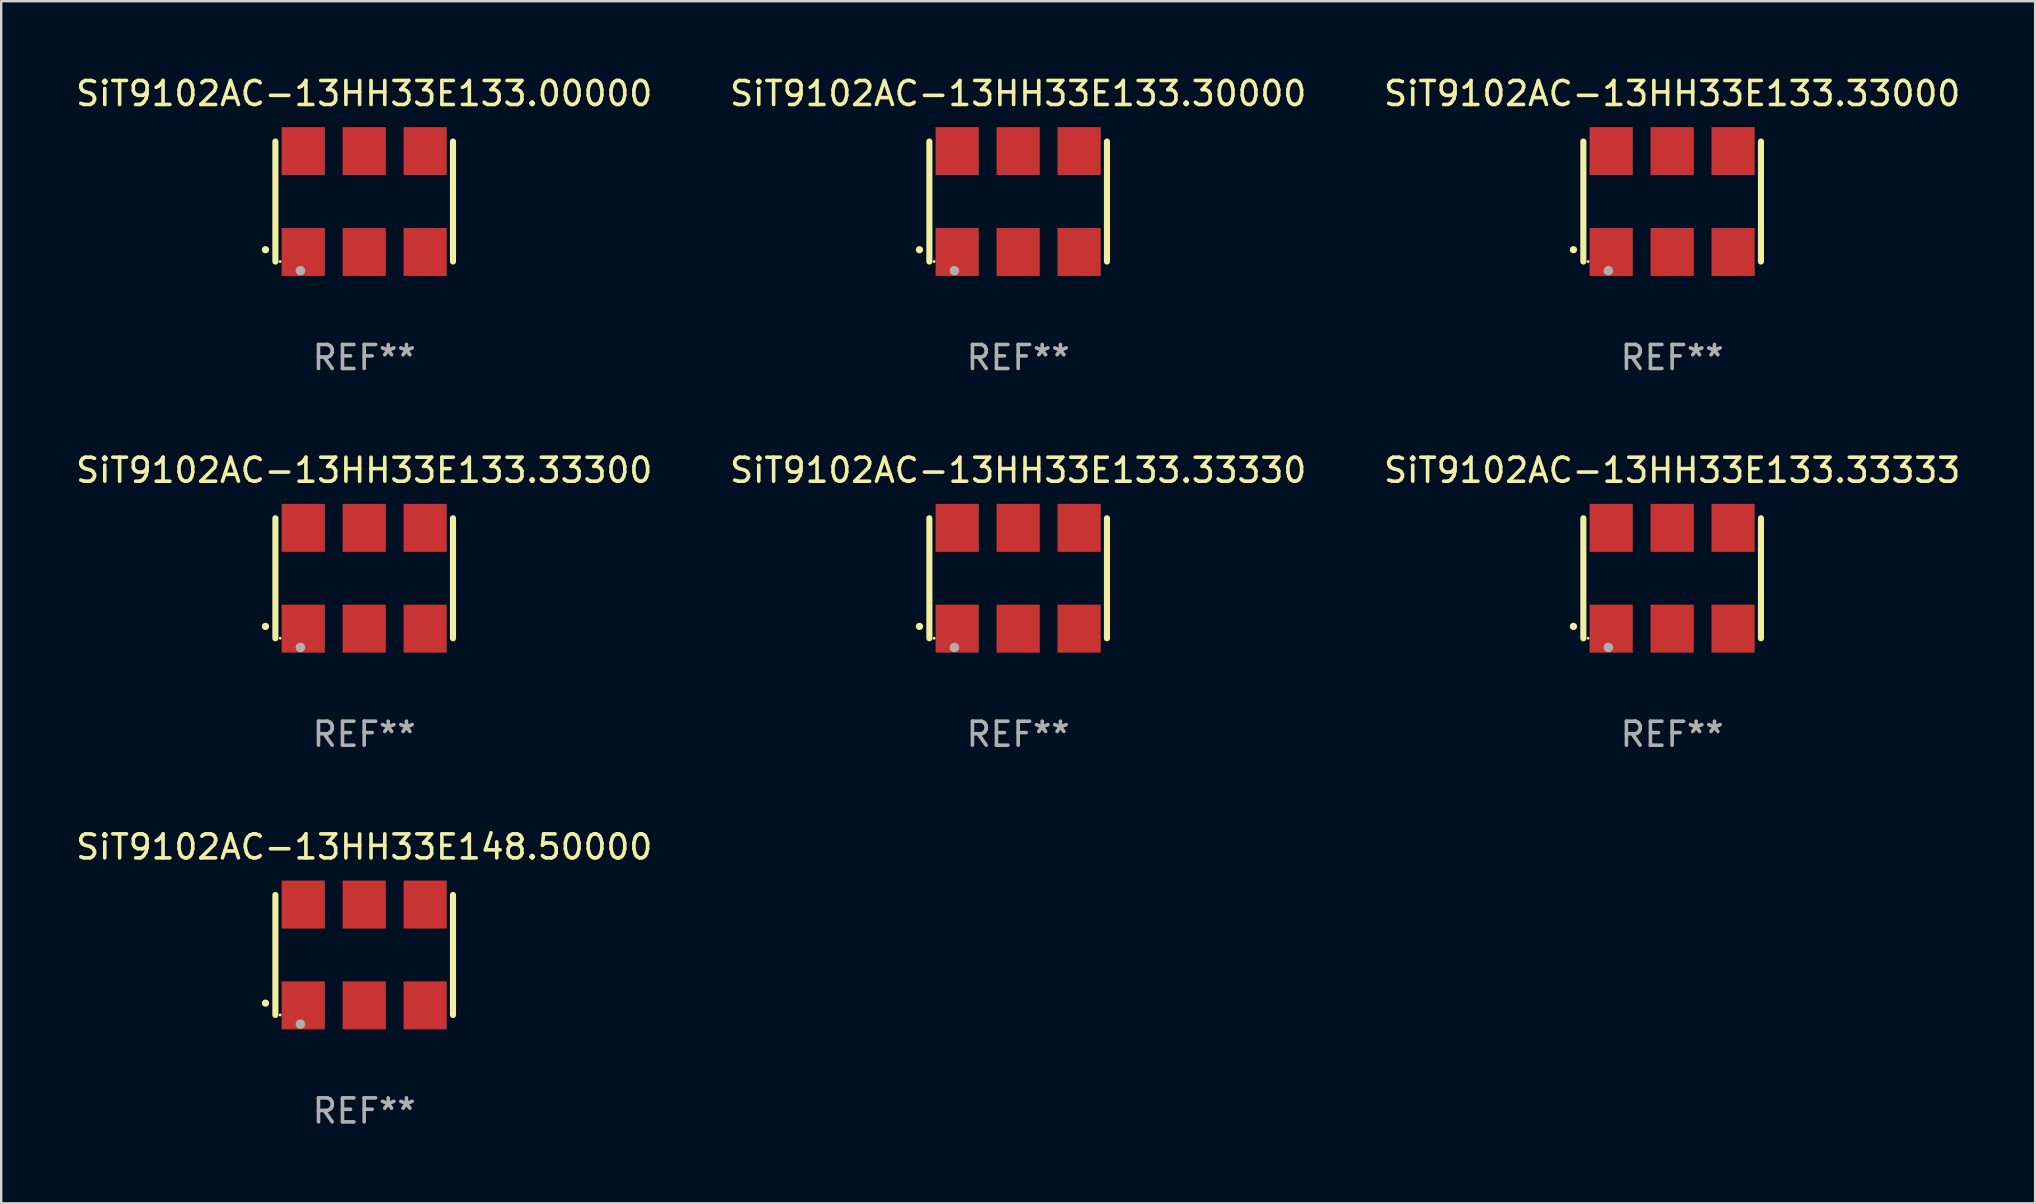
<source format=kicad_pcb>
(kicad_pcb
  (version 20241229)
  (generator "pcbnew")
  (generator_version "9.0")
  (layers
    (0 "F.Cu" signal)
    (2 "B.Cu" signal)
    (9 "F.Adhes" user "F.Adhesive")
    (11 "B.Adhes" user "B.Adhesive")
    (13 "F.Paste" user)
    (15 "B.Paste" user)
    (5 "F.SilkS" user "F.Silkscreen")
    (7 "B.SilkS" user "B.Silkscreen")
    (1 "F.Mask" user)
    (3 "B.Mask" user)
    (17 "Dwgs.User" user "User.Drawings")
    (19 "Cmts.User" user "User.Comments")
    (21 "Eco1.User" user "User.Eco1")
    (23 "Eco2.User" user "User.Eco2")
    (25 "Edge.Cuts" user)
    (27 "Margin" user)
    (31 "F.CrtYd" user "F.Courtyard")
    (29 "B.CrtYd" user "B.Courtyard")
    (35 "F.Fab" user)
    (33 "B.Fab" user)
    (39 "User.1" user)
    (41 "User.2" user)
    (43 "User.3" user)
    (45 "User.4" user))
  (footprint "SiT9102AC-13HH33E148.50000"
    (layer "F.Cu")
    (at 12.125 36.741)
    (property "Reference" "SiT9102AC-13HH33E148.50000" (at 0 -4.5 0) (layer "F.SilkS") (effects (font (size 1 1) (thickness 0.15))))
    (attr through_hole)
    (fp_line (start -3.7 -2.5) (end -3.7 2.5) (stroke (width 0.254) (type solid)) (layer "F.SilkS"))
    (fp_line (start 3.7 -2.5) (end 3.7 2.5) (stroke (width 0.254) (type solid)) (layer "F.SilkS"))
    (fp_arc (start -4.114415 2.006604) (mid -4.113145 2.006599) (end -4.111875 2.006604) (stroke (width 0.3) (type solid)) (layer "F.SilkS"))
    (fp_circle (center -3.502 2.5) (end -3.472 2.5) (stroke (width 0.06) (type solid)) (fill no) (layer "F.SilkS"))
    (fp_circle (center -2.657 2.882) (end -2.557 2.882) (stroke (width 0.2) (type solid)) (fill no) (layer "F.Fab"))
    (fp_text user "REF**" (at 0 6.5 0) (layer "F.Fab") (effects (font (size 1 1) (thickness 0.15))))
    (pad "1" smd rect (at -2.54 2.1) (size 1.8 2) (layers "F.Cu" "F.Mask" "F.Paste"))
    (pad "2" smd rect (at 0.000394 2.1) (size 1.8 2) (layers "F.Cu" "F.Mask" "F.Paste"))
    (pad "3" smd rect (at 2.54 2.1) (size 1.8 2) (layers "F.Cu" "F.Mask" "F.Paste"))
    (pad "4" smd rect (at 2.54 -2.1) (size 1.8 2) (layers "F.Cu" "F.Mask" "F.Paste"))
    (pad "5" smd rect (at 0.000394 -2.1) (size 1.8 2) (layers "F.Cu" "F.Mask" "F.Paste"))
    (pad "6" smd rect (at -2.54 -2.1) (size 1.8 2) (layers "F.Cu" "F.Mask" "F.Paste")))
  (footprint "SiT9102AC-13HH33E133.33330"
    (layer "F.Cu")
    (at 39.375 21.045)
    (property "Reference" "SiT9102AC-13HH33E133.33330" (at 0 -4.5 0) (layer "F.SilkS") (effects (font (size 1 1) (thickness 0.15))))
    (attr through_hole)
    (fp_line (start -3.7 -2.5) (end -3.7 2.5) (stroke (width 0.254) (type solid)) (layer "F.SilkS"))
    (fp_line (start 3.7 -2.5) (end 3.7 2.5) (stroke (width 0.254) (type solid)) (layer "F.SilkS"))
    (fp_arc (start -4.114415 2.006604) (mid -4.113145 2.006599) (end -4.111875 2.006604) (stroke (width 0.3) (type solid)) (layer "F.SilkS"))
    (fp_circle (center -3.502 2.5) (end -3.472 2.5) (stroke (width 0.06) (type solid)) (fill no) (layer "F.SilkS"))
    (fp_circle (center -2.657 2.882) (end -2.557 2.882) (stroke (width 0.2) (type solid)) (fill no) (layer "F.Fab"))
    (fp_text user "REF**" (at 0 6.5 0) (layer "F.Fab") (effects (font (size 1 1) (thickness 0.15))))
    (pad "1" smd rect (at -2.54 2.1) (size 1.8 2) (layers "F.Cu" "F.Mask" "F.Paste"))
    (pad "2" smd rect (at 0.000394 2.1) (size 1.8 2) (layers "F.Cu" "F.Mask" "F.Paste"))
    (pad "3" smd rect (at 2.54 2.1) (size 1.8 2) (layers "F.Cu" "F.Mask" "F.Paste"))
    (pad "4" smd rect (at 2.54 -2.1) (size 1.8 2) (layers "F.Cu" "F.Mask" "F.Paste"))
    (pad "5" smd rect (at 0.000394 -2.1) (size 1.8 2) (layers "F.Cu" "F.Mask" "F.Paste"))
    (pad "6" smd rect (at -2.54 -2.1) (size 1.8 2) (layers "F.Cu" "F.Mask" "F.Paste")))
  (footprint "SiT9102AC-13HH33E133.33000"
    (layer "F.Cu")
    (at 66.625 5.348)
    (property "Reference" "SiT9102AC-13HH33E133.33000" (at 0 -4.5 0) (layer "F.SilkS") (effects (font (size 1 1) (thickness 0.15))))
    (attr through_hole)
    (fp_line (start -3.7 -2.5) (end -3.7 2.5) (stroke (width 0.254) (type solid)) (layer "F.SilkS"))
    (fp_line (start 3.7 -2.5) (end 3.7 2.5) (stroke (width 0.254) (type solid)) (layer "F.SilkS"))
    (fp_arc (start -4.114415 2.006604) (mid -4.113145 2.006599) (end -4.111875 2.006604) (stroke (width 0.3) (type solid)) (layer "F.SilkS"))
    (fp_circle (center -3.502 2.5) (end -3.472 2.5) (stroke (width 0.06) (type solid)) (fill no) (layer "F.SilkS"))
    (fp_circle (center -2.657 2.882) (end -2.557 2.882) (stroke (width 0.2) (type solid)) (fill no) (layer "F.Fab"))
    (fp_text user "REF**" (at 0 6.5 0) (layer "F.Fab") (effects (font (size 1 1) (thickness 0.15))))
    (pad "1" smd rect (at -2.54 2.1) (size 1.8 2) (layers "F.Cu" "F.Mask" "F.Paste"))
    (pad "2" smd rect (at 0.000394 2.1) (size 1.8 2) (layers "F.Cu" "F.Mask" "F.Paste"))
    (pad "3" smd rect (at 2.54 2.1) (size 1.8 2) (layers "F.Cu" "F.Mask" "F.Paste"))
    (pad "4" smd rect (at 2.54 -2.1) (size 1.8 2) (layers "F.Cu" "F.Mask" "F.Paste"))
    (pad "5" smd rect (at 0.000394 -2.1) (size 1.8 2) (layers "F.Cu" "F.Mask" "F.Paste"))
    (pad "6" smd rect (at -2.54 -2.1) (size 1.8 2) (layers "F.Cu" "F.Mask" "F.Paste")))
  (footprint "SiT9102AC-13HH33E133.00000"
    (layer "F.Cu")
    (at 12.125 5.348)
    (property "Reference" "SiT9102AC-13HH33E133.00000" (at 0 -4.5 0) (layer "F.SilkS") (effects (font (size 1 1) (thickness 0.15))))
    (attr through_hole)
    (fp_line (start -3.7 -2.5) (end -3.7 2.5) (stroke (width 0.254) (type solid)) (layer "F.SilkS"))
    (fp_line (start 3.7 -2.5) (end 3.7 2.5) (stroke (width 0.254) (type solid)) (layer "F.SilkS"))
    (fp_arc (start -4.114415 2.006604) (mid -4.113145 2.006599) (end -4.111875 2.006604) (stroke (width 0.3) (type solid)) (layer "F.SilkS"))
    (fp_circle (center -3.502 2.5) (end -3.472 2.5) (stroke (width 0.06) (type solid)) (fill no) (layer "F.SilkS"))
    (fp_circle (center -2.657 2.882) (end -2.557 2.882) (stroke (width 0.2) (type solid)) (fill no) (layer "F.Fab"))
    (fp_text user "REF**" (at 0 6.5 0) (layer "F.Fab") (effects (font (size 1 1) (thickness 0.15))))
    (pad "1" smd rect (at -2.54 2.1) (size 1.8 2) (layers "F.Cu" "F.Mask" "F.Paste"))
    (pad "2" smd rect (at 0.000394 2.1) (size 1.8 2) (layers "F.Cu" "F.Mask" "F.Paste"))
    (pad "3" smd rect (at 2.54 2.1) (size 1.8 2) (layers "F.Cu" "F.Mask" "F.Paste"))
    (pad "4" smd rect (at 2.54 -2.1) (size 1.8 2) (layers "F.Cu" "F.Mask" "F.Paste"))
    (pad "5" smd rect (at 0.000394 -2.1) (size 1.8 2) (layers "F.Cu" "F.Mask" "F.Paste"))
    (pad "6" smd rect (at -2.54 -2.1) (size 1.8 2) (layers "F.Cu" "F.Mask" "F.Paste")))
  (footprint "SiT9102AC-13HH33E133.30000"
    (layer "F.Cu")
    (at 39.375 5.348)
    (property "Reference" "SiT9102AC-13HH33E133.30000" (at 0 -4.5 0) (layer "F.SilkS") (effects (font (size 1 1) (thickness 0.15))))
    (attr through_hole)
    (fp_line (start -3.7 -2.5) (end -3.7 2.5) (stroke (width 0.254) (type solid)) (layer "F.SilkS"))
    (fp_line (start 3.7 -2.5) (end 3.7 2.5) (stroke (width 0.254) (type solid)) (layer "F.SilkS"))
    (fp_arc (start -4.114415 2.006604) (mid -4.113145 2.006599) (end -4.111875 2.006604) (stroke (width 0.3) (type solid)) (layer "F.SilkS"))
    (fp_circle (center -3.502 2.5) (end -3.472 2.5) (stroke (width 0.06) (type solid)) (fill no) (layer "F.SilkS"))
    (fp_circle (center -2.657 2.882) (end -2.557 2.882) (stroke (width 0.2) (type solid)) (fill no) (layer "F.Fab"))
    (fp_text user "REF**" (at 0 6.5 0) (layer "F.Fab") (effects (font (size 1 1) (thickness 0.15))))
    (pad "1" smd rect (at -2.54 2.1) (size 1.8 2) (layers "F.Cu" "F.Mask" "F.Paste"))
    (pad "2" smd rect (at 0.000394 2.1) (size 1.8 2) (layers "F.Cu" "F.Mask" "F.Paste"))
    (pad "3" smd rect (at 2.54 2.1) (size 1.8 2) (layers "F.Cu" "F.Mask" "F.Paste"))
    (pad "4" smd rect (at 2.54 -2.1) (size 1.8 2) (layers "F.Cu" "F.Mask" "F.Paste"))
    (pad "5" smd rect (at 0.000394 -2.1) (size 1.8 2) (layers "F.Cu" "F.Mask" "F.Paste"))
    (pad "6" smd rect (at -2.54 -2.1) (size 1.8 2) (layers "F.Cu" "F.Mask" "F.Paste")))
  (footprint "SiT9102AC-13HH33E133.33333"
    (layer "F.Cu")
    (at 66.625 21.045)
    (property "Reference" "SiT9102AC-13HH33E133.33333" (at 0 -4.5 0) (layer "F.SilkS") (effects (font (size 1 1) (thickness 0.15))))
    (attr through_hole)
    (fp_line (start -3.7 -2.5) (end -3.7 2.5) (stroke (width 0.254) (type solid)) (layer "F.SilkS"))
    (fp_line (start 3.7 -2.5) (end 3.7 2.5) (stroke (width 0.254) (type solid)) (layer "F.SilkS"))
    (fp_arc (start -4.114415 2.006604) (mid -4.113145 2.006599) (end -4.111875 2.006604) (stroke (width 0.3) (type solid)) (layer "F.SilkS"))
    (fp_circle (center -3.502 2.5) (end -3.472 2.5) (stroke (width 0.06) (type solid)) (fill no) (layer "F.SilkS"))
    (fp_circle (center -2.657 2.882) (end -2.557 2.882) (stroke (width 0.2) (type solid)) (fill no) (layer "F.Fab"))
    (fp_text user "REF**" (at 0 6.5 0) (layer "F.Fab") (effects (font (size 1 1) (thickness 0.15))))
    (pad "1" smd rect (at -2.54 2.1) (size 1.8 2) (layers "F.Cu" "F.Mask" "F.Paste"))
    (pad "2" smd rect (at 0.000394 2.1) (size 1.8 2) (layers "F.Cu" "F.Mask" "F.Paste"))
    (pad "3" smd rect (at 2.54 2.1) (size 1.8 2) (layers "F.Cu" "F.Mask" "F.Paste"))
    (pad "4" smd rect (at 2.54 -2.1) (size 1.8 2) (layers "F.Cu" "F.Mask" "F.Paste"))
    (pad "5" smd rect (at 0.000394 -2.1) (size 1.8 2) (layers "F.Cu" "F.Mask" "F.Paste"))
    (pad "6" smd rect (at -2.54 -2.1) (size 1.8 2) (layers "F.Cu" "F.Mask" "F.Paste")))
  (footprint "SiT9102AC-13HH33E133.33300"
    (layer "F.Cu")
    (at 12.125 21.045)
    (property "Reference" "SiT9102AC-13HH33E133.33300" (at 0 -4.5 0) (layer "F.SilkS") (effects (font (size 1 1) (thickness 0.15))))
    (attr through_hole)
    (fp_line (start -3.7 -2.5) (end -3.7 2.5) (stroke (width 0.254) (type solid)) (layer "F.SilkS"))
    (fp_line (start 3.7 -2.5) (end 3.7 2.5) (stroke (width 0.254) (type solid)) (layer "F.SilkS"))
    (fp_arc (start -4.114415 2.006604) (mid -4.113145 2.006599) (end -4.111875 2.006604) (stroke (width 0.3) (type solid)) (layer "F.SilkS"))
    (fp_circle (center -3.502 2.5) (end -3.472 2.5) (stroke (width 0.06) (type solid)) (fill no) (layer "F.SilkS"))
    (fp_circle (center -2.657 2.882) (end -2.557 2.882) (stroke (width 0.2) (type solid)) (fill no) (layer "F.Fab"))
    (fp_text user "REF**" (at 0 6.5 0) (layer "F.Fab") (effects (font (size 1 1) (thickness 0.15))))
    (pad "1" smd rect (at -2.54 2.1) (size 1.8 2) (layers "F.Cu" "F.Mask" "F.Paste"))
    (pad "2" smd rect (at 0.000394 2.1) (size 1.8 2) (layers "F.Cu" "F.Mask" "F.Paste"))
    (pad "3" smd rect (at 2.54 2.1) (size 1.8 2) (layers "F.Cu" "F.Mask" "F.Paste"))
    (pad "4" smd rect (at 2.54 -2.1) (size 1.8 2) (layers "F.Cu" "F.Mask" "F.Paste"))
    (pad "5" smd rect (at 0.000394 -2.1) (size 1.8 2) (layers "F.Cu" "F.Mask" "F.Paste"))
    (pad "6" smd rect (at -2.54 -2.1) (size 1.8 2) (layers "F.Cu" "F.Mask" "F.Paste")))
  (gr_rect
    (start -3 -3)
    (end 81.75 47.09)
    (stroke (width 0.1) (type default))
    (fill no)
    (layer "Edge.Cuts")))
</source>
